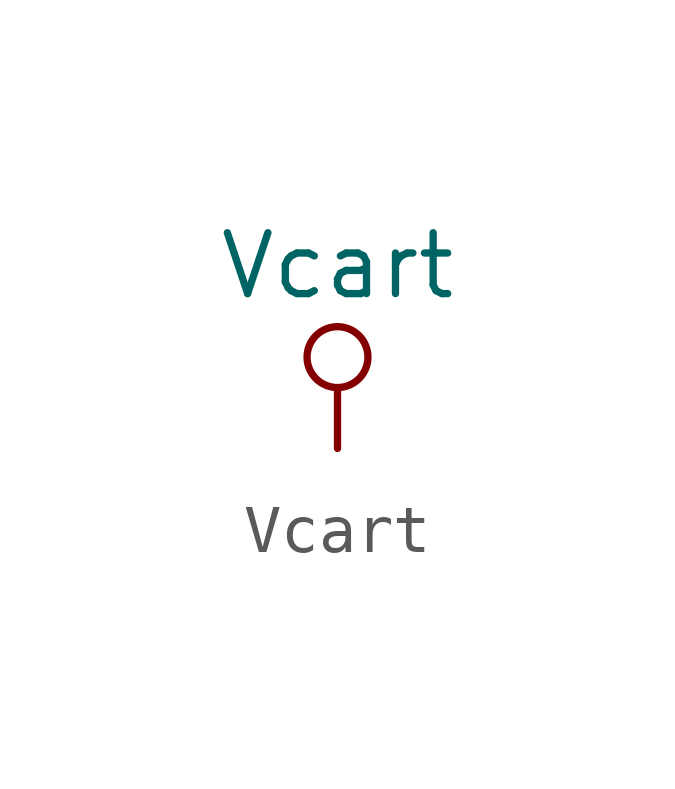
<source format=kicad_sym>
(kicad_symbol_lib
  (version 20211014)
  (generator kicad_symbol_editor)
  (symbol "Vcart"
    (power)
    (pin_names
      (offset 0))
    (property "Reference" "#PWR"
      (at 0 -3.81 0)
      (effects (font (size 1.27 1.27)) hide))
    (property "Value" "Vcart"
      (at 0 3.81 0)
      (effects (font (size 1.27 1.27))))
    (symbol "Vcart_0_1"
      (polyline (pts (xy 0 0) (xy 0 1.27)) (stroke (width 0) (type default) (color 0 0 0 0)) (fill (type none)))
      (circle (center 0 1.905) (radius 0.635) (stroke (width 0) (type default) (color 0 0 0 0)) (fill (type none))))
    (symbol "Vcart_1_1"
      (pin power_in line (at 0 0 90) (length 0) hide (name "Vcart" (effects (font (size 1.27 1.27)))) (number "1" (effects (font (size 1.27 1.27))))))))
</source>
